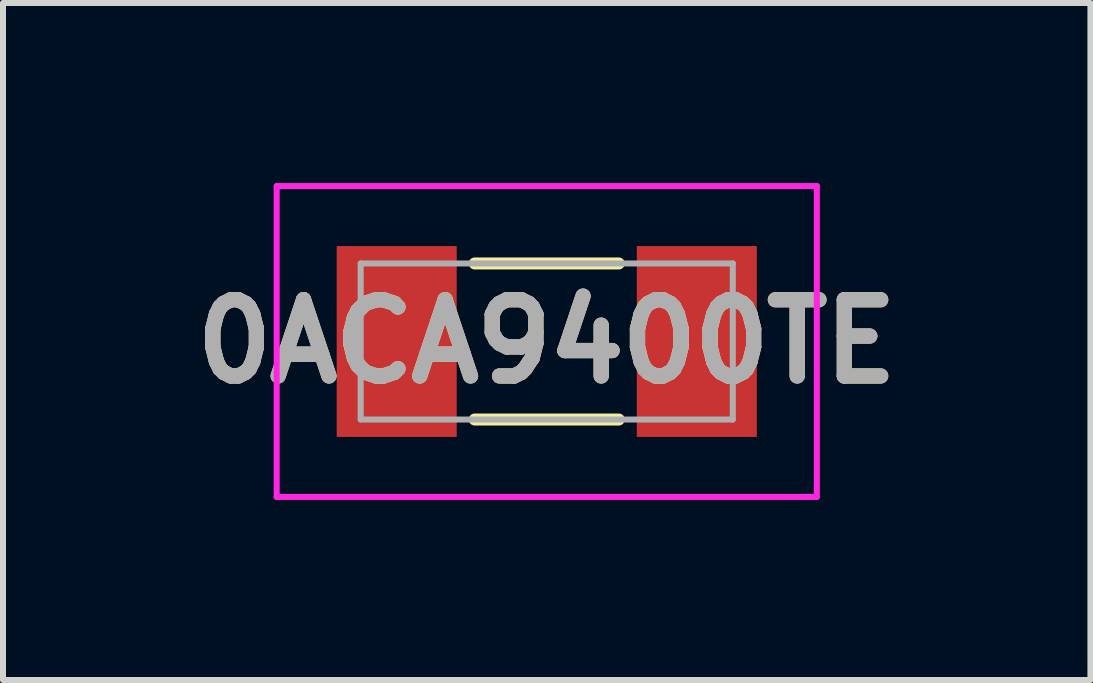
<source format=kicad_pcb>
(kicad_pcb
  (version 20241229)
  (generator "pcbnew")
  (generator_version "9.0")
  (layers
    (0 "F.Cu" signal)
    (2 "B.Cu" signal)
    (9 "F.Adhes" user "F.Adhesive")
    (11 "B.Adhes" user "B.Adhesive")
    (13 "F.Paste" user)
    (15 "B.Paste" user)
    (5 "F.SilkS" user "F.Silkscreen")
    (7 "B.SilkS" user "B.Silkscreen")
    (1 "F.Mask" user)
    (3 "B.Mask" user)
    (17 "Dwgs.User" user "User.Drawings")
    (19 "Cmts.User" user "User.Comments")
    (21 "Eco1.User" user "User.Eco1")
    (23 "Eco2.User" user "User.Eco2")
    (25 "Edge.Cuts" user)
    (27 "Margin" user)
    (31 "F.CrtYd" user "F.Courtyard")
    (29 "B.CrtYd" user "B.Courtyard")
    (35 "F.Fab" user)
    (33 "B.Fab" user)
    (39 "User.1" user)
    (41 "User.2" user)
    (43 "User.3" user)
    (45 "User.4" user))
  (footprint "0ACA9400TE"
    (layer "F.Cu")
    (at 6.06 2.64)
    (property "Reference" "0ACA9400TE" (at 0 0 0) (layer "F.SilkS") (effects (font (size 1.27 1.27) (thickness 0.254))))
    (attr smd)
    (fp_line (start -4 0.2) (end -4 0.2) (stroke (width 0.1) (type solid)) (layer "F.SilkS"))
    (fp_line (start -3.9 0.2) (end -3.9 0.2) (stroke (width 0.1) (type solid)) (layer "F.SilkS"))
    (fp_line (start -1.2 -1.3) (end 1.2 -1.3) (stroke (width 0.2) (type solid)) (layer "F.SilkS"))
    (fp_line (start -1.2 1.3) (end 1.2 1.3) (stroke (width 0.2) (type solid)) (layer "F.SilkS"))
    (fp_arc (start -4 0.2) (mid -3.95 0.15) (end -3.9 0.2) (stroke (width 0.1) (type solid)) (layer "F.SilkS"))
    (fp_arc (start -3.9 0.2) (mid -3.95 0.25) (end -4 0.2) (stroke (width 0.1) (type solid)) (layer "F.SilkS"))
    (fp_line (start -4.5 -2.59) (end 4.5 -2.59) (stroke (width 0.1) (type solid)) (layer "F.CrtYd"))
    (fp_line (start -4.5 2.59) (end -4.5 -2.59) (stroke (width 0.1) (type solid)) (layer "F.CrtYd"))
    (fp_line (start 4.5 -2.59) (end 4.5 2.59) (stroke (width 0.1) (type solid)) (layer "F.CrtYd"))
    (fp_line (start 4.5 2.59) (end -4.5 2.59) (stroke (width 0.1) (type solid)) (layer "F.CrtYd"))
    (fp_line (start -3.1 -1.3) (end 3.1 -1.3) (stroke (width 0.1) (type solid)) (layer "F.Fab"))
    (fp_line (start -3.1 1.3) (end -3.1 -1.3) (stroke (width 0.1) (type solid)) (layer "F.Fab"))
    (fp_line (start 3.1 -1.3) (end 3.1 1.3) (stroke (width 0.1) (type solid)) (layer "F.Fab"))
    (fp_line (start 3.1 1.3) (end -3.1 1.3) (stroke (width 0.1) (type solid)) (layer "F.Fab"))
    (fp_text user "${REFERENCE}" (at 0 0 0) (layer "F.Fab") (effects (font (size 1.27 1.27) (thickness 0.254))))
    (pad "1" smd rect (at -2.5 0) (size 2 3.18) (layers "F.Cu" "F.Mask" "F.Paste"))
    (pad "2" smd rect (at 2.5 0) (size 2 3.18) (layers "F.Cu" "F.Mask" "F.Paste")))
  (gr_rect
    (start -3 -3)
    (end 15.119 8.28)
    (stroke (width 0.1) (type default))
    (fill no)
    (layer "Edge.Cuts")))
</source>
